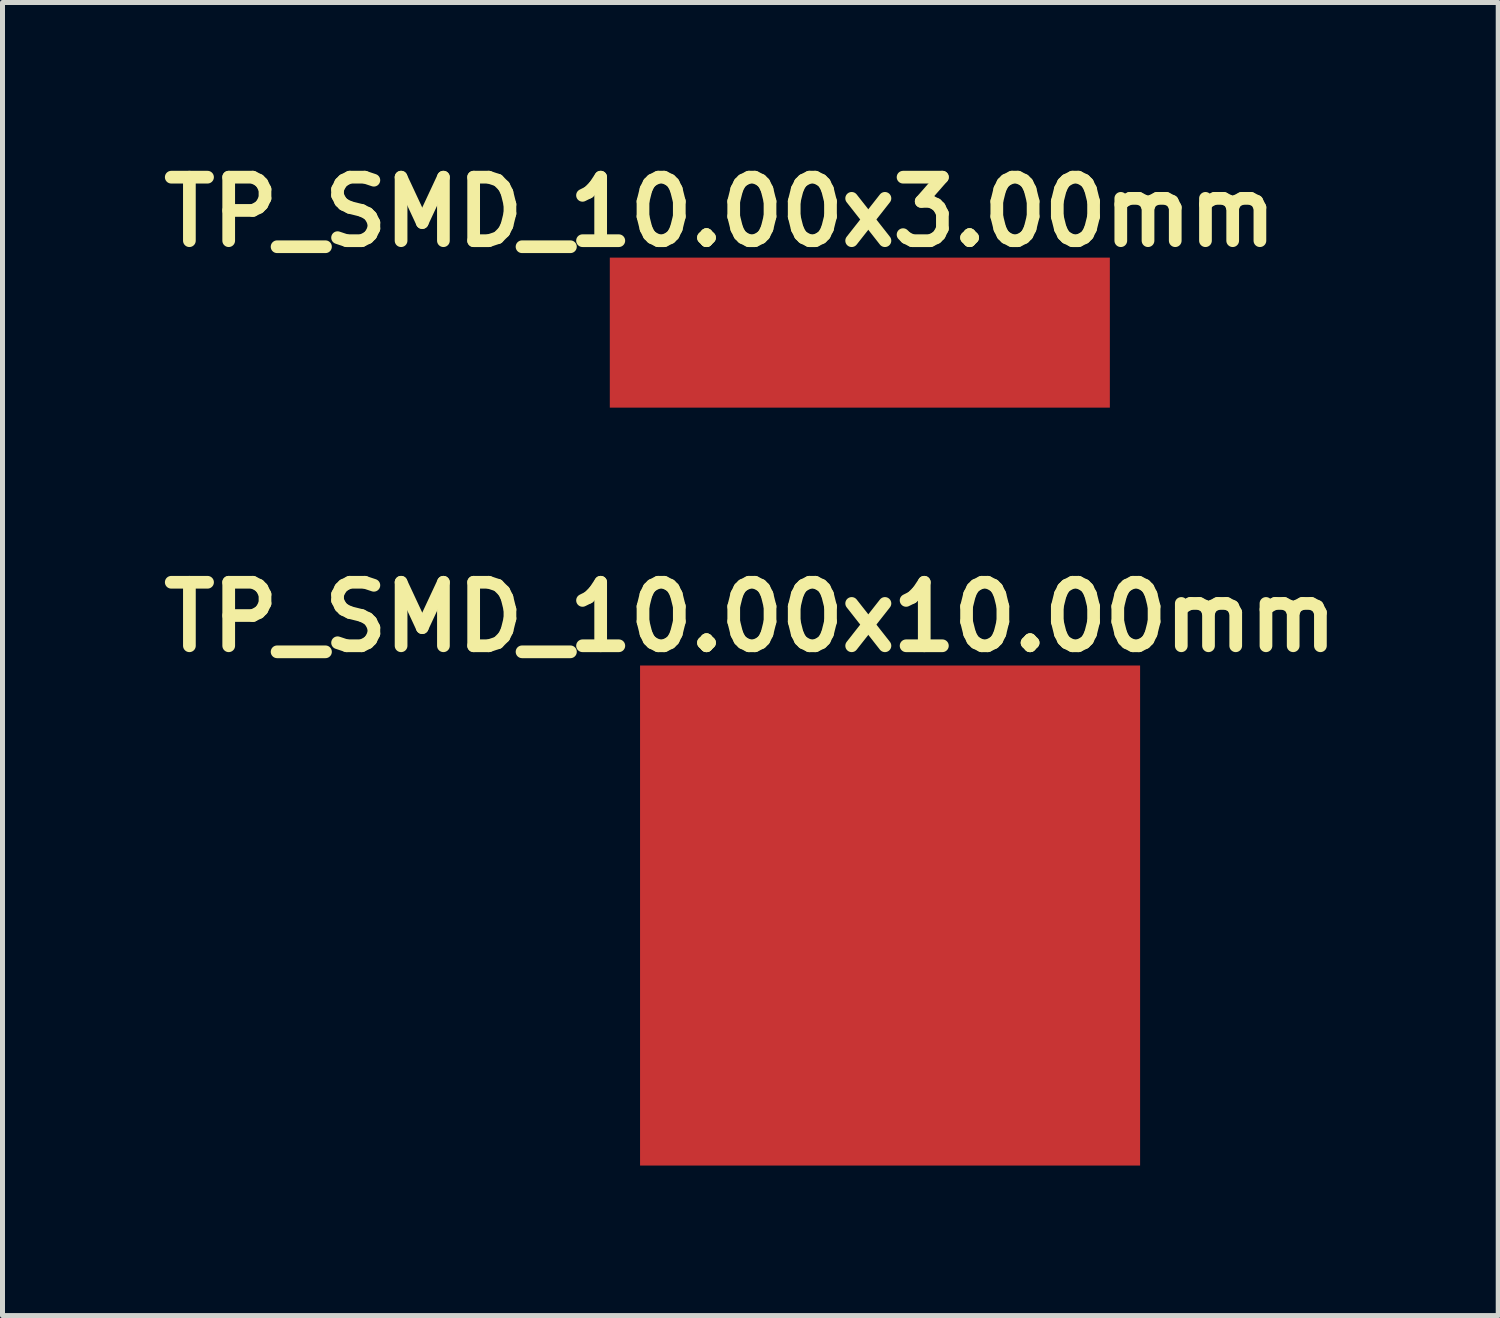
<source format=kicad_pcb>
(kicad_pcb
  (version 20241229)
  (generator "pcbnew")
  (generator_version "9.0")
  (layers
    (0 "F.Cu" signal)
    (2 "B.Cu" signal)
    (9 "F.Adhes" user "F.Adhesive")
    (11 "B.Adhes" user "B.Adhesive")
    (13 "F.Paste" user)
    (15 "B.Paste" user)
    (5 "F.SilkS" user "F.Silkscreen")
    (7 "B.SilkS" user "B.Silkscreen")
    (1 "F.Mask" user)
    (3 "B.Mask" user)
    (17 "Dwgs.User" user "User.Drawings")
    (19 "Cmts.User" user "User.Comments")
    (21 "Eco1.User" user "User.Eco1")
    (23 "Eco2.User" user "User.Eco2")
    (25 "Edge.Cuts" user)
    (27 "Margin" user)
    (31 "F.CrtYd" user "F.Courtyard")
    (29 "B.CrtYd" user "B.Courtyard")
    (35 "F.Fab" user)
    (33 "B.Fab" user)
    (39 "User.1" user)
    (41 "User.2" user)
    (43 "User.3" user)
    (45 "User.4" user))
  (footprint "TP_SMD_10.00x10.00mm"
    (layer "F.Cu")
    (at 14.75 15.259)
    (property "Reference" "TP_SMD_10.00x10.00mm" (at -2.794 -5.969 0) (layer "F.SilkS") (effects (font (size 1.27 1.27) (thickness 0.254))))
    (attr smd)
    (pad "1" smd rect (at 0 0) (size 10 10) (layers "F.Cu" "F.Mask")))
  (footprint "TP_SMD_10.00x3.00mm"
    (layer "F.Cu")
    (at 14.145 3.602)
    (property "Reference" "TP_SMD_10.00x3.00mm" (at -2.794 -2.413 0) (layer "F.SilkS") (effects (font (size 1.27 1.27) (thickness 0.254))))
    (attr smd)
    (pad "1" smd rect (at 0 0) (size 10 3) (layers "F.Cu" "F.Mask")))
  (gr_rect
    (start -3 -3)
    (end 26.912 23.259)
    (stroke (width 0.1) (type default))
    (fill no)
    (layer "Edge.Cuts")))
</source>
